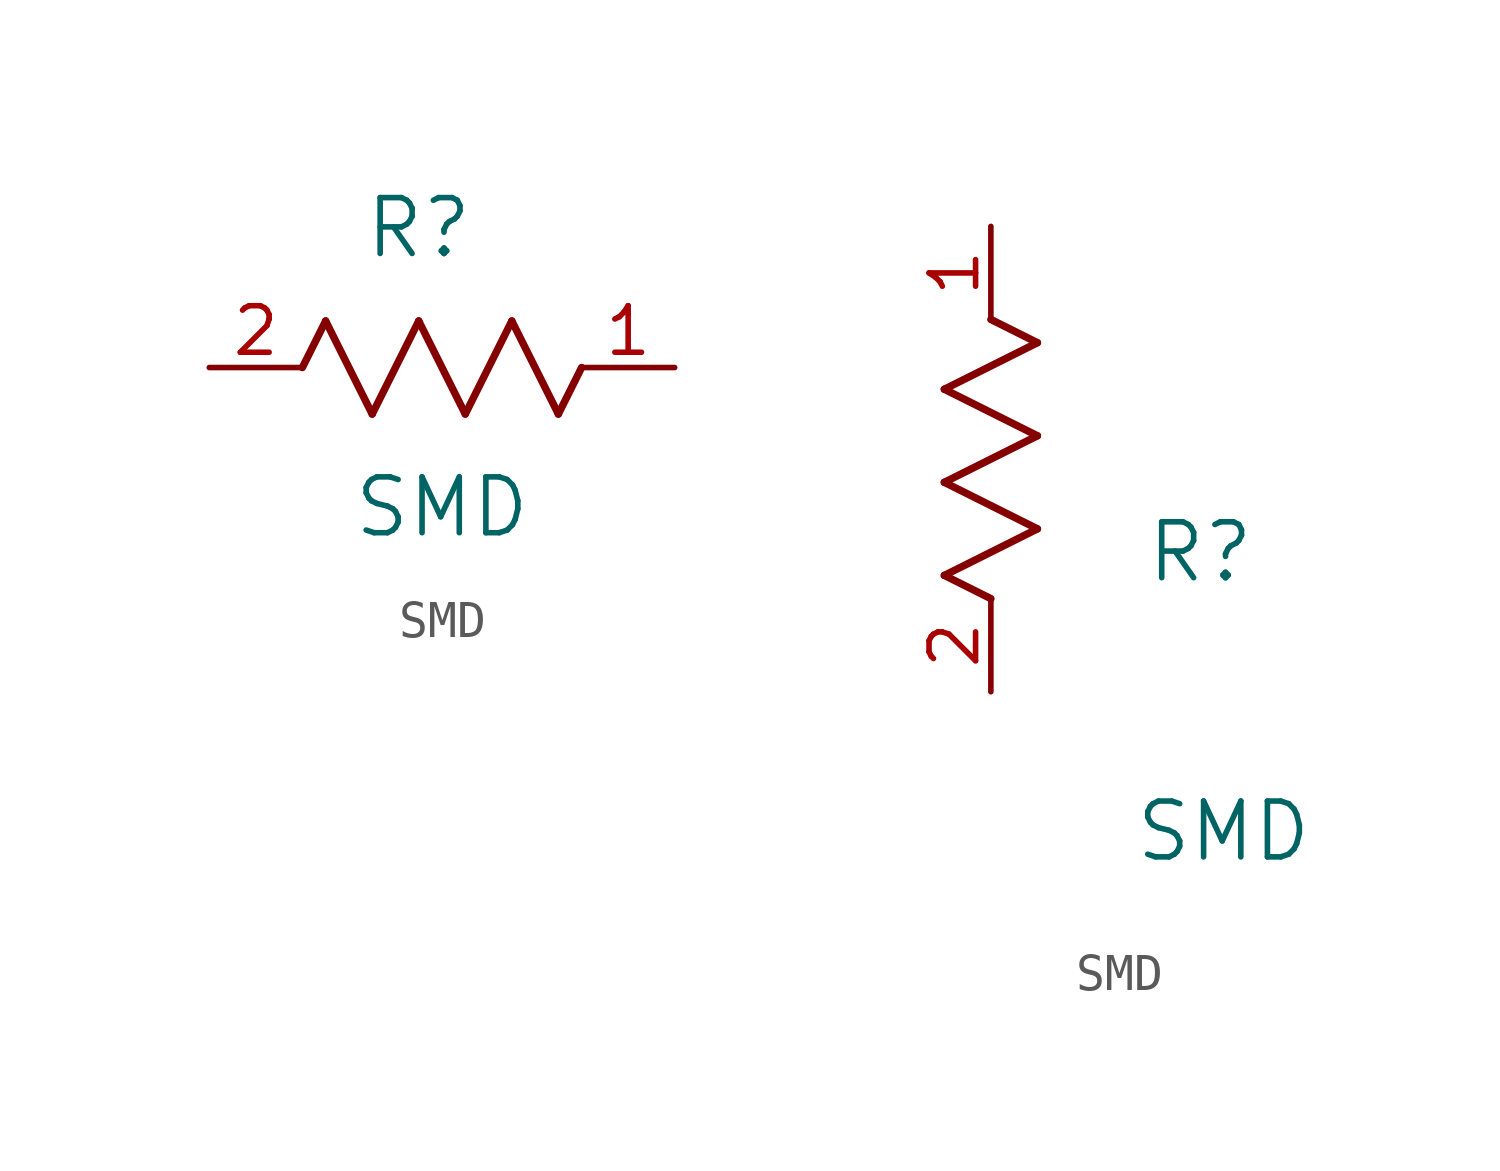
<source format=kicad_sym>
(kicad_symbol_lib
  (version 20220914)
  (generator kicad_symbol_editor)
  (symbol "SMD"
    (pin_names
      (offset 0.254))
    (property "Reference" "R"
      (at 5.715 3.81 0)
      (effects (font (size 1.524 1.524))))
    (property "Value" "SMD"
      (at 6.35 -3.81 0)
      (effects (font (size 1.524 1.524))))
    (property "ki_locked" ""
      (at 0 0 0)
      (effects (font (size 1.27 1.27))))
    (symbol "SMD_1_1"
      (polyline (pts (xy 2.54 0) (xy 3.175 1.27)) (stroke (width 0.203) (type default)) (fill (type none)))
      (polyline (pts (xy 3.175 1.27) (xy 4.445 -1.27)) (stroke (width 0.203) (type default)) (fill (type none)))
      (polyline (pts (xy 4.445 -1.27) (xy 5.715 1.27)) (stroke (width 0.203) (type default)) (fill (type none)))
      (polyline (pts (xy 5.715 1.27) (xy 6.985 -1.27)) (stroke (width 0.203) (type default)) (fill (type none)))
      (polyline (pts (xy 6.985 -1.27) (xy 8.255 1.27)) (stroke (width 0.203) (type default)) (fill (type none)))
      (polyline (pts (xy 8.255 1.27) (xy 9.525 -1.27)) (stroke (width 0.203) (type default)) (fill (type none)))
      (polyline (pts (xy 9.525 -1.27) (xy 10.16 0)) (stroke (width 0.203) (type default)) (fill (type none)))
      (pin unspecified line (at 12.7 0 180) (length 2.54) (name "" (effects (font (size 1.27 1.27)))) (number "1" (effects (font (size 1.27 1.27)))))
      (pin unspecified line (at 0 0 0) (length 2.54) (name "" (effects (font (size 1.27 1.27)))) (number "2" (effects (font (size 1.27 1.27))))))
    (symbol "SMD_1_2"
      (polyline (pts (xy -1.27 3.175) (xy 1.27 4.445)) (stroke (width 0.203) (type default)) (fill (type none)))
      (polyline (pts (xy -1.27 5.715) (xy 1.27 6.985)) (stroke (width 0.203) (type default)) (fill (type none)))
      (polyline (pts (xy -1.27 8.255) (xy 1.27 9.525)) (stroke (width 0.203) (type default)) (fill (type none)))
      (polyline (pts (xy 0 2.54) (xy -1.27 3.175)) (stroke (width 0.203) (type default)) (fill (type none)))
      (polyline (pts (xy 1.27 4.445) (xy -1.27 5.715)) (stroke (width 0.203) (type default)) (fill (type none)))
      (polyline (pts (xy 1.27 6.985) (xy -1.27 8.255)) (stroke (width 0.203) (type default)) (fill (type none)))
      (polyline (pts (xy 1.27 9.525) (xy 0 10.16)) (stroke (width 0.203) (type default)) (fill (type none)))
      (pin unspecified line (at 0 12.7 270) (length 2.54) (name "" (effects (font (size 1.27 1.27)))) (number "1" (effects (font (size 1.27 1.27)))))
      (pin unspecified line (at 0 0 90) (length 2.54) (name "" (effects (font (size 1.27 1.27)))) (number "2" (effects (font (size 1.27 1.27))))))))
</source>
